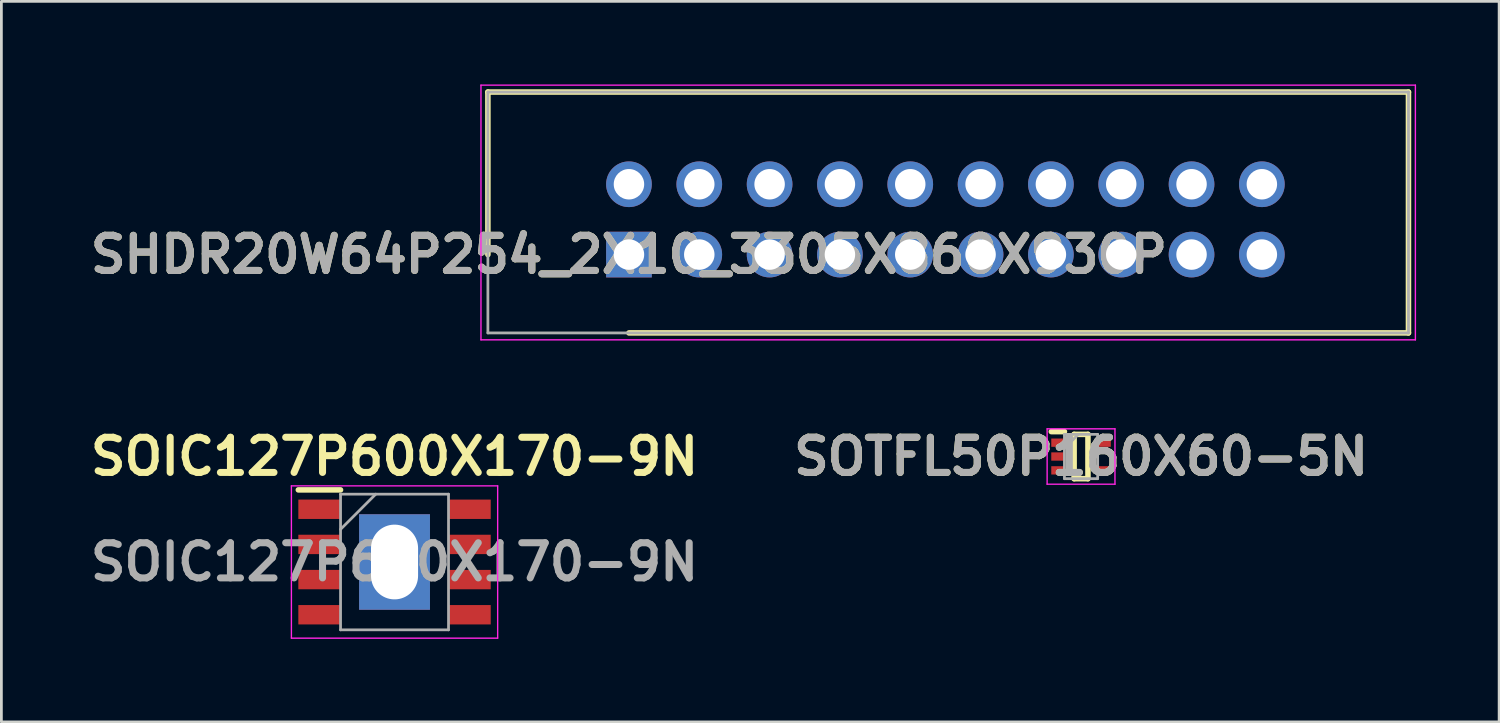
<source format=kicad_pcb>
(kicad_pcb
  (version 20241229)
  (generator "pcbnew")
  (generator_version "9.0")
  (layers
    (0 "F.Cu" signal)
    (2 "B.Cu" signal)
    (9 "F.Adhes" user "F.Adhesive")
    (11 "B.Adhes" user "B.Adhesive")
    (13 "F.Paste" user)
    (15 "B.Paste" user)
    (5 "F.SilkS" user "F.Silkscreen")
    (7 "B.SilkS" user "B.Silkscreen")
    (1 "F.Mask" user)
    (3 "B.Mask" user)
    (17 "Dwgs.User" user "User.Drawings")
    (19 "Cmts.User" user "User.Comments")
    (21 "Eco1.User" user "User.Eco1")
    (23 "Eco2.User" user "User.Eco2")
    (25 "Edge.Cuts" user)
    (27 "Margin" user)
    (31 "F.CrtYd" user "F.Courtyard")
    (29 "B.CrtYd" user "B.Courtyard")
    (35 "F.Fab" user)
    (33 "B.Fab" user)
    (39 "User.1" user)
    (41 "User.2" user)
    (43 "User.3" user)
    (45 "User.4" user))
  (footprint "SOIC127P600X170-9N"
    (layer "F.Cu")
    (at 11.2 17.249)
    (property "Reference" "SOIC127P600X170-9N" (at 0 -3.81 0) (layer "F.SilkS") (effects (font (size 1.27 1.27) (thickness 0.254))))
    (attr smd)
    (fp_line (start -3.475 -2.605) (end -1.95 -2.605) (stroke (width 0.2) (type solid)) (layer "F.SilkS"))
    (fp_line (start -3.725 -2.75) (end 3.725 -2.75) (stroke (width 0.05) (type solid)) (layer "F.CrtYd"))
    (fp_line (start -3.725 2.75) (end -3.725 -2.75) (stroke (width 0.05) (type solid)) (layer "F.CrtYd"))
    (fp_line (start 3.725 -2.75) (end 3.725 2.75) (stroke (width 0.05) (type solid)) (layer "F.CrtYd"))
    (fp_line (start 3.725 2.75) (end -3.725 2.75) (stroke (width 0.05) (type solid)) (layer "F.CrtYd"))
    (fp_line (start -1.95 -2.45) (end 1.95 -2.45) (stroke (width 0.1) (type solid)) (layer "F.Fab"))
    (fp_line (start -1.95 -1.18) (end -0.68 -2.45) (stroke (width 0.1) (type solid)) (layer "F.Fab"))
    (fp_line (start -1.95 2.45) (end -1.95 -2.45) (stroke (width 0.1) (type solid)) (layer "F.Fab"))
    (fp_line (start 1.95 -2.45) (end 1.95 2.45) (stroke (width 0.1) (type solid)) (layer "F.Fab"))
    (fp_line (start 1.95 2.45) (end -1.95 2.45) (stroke (width 0.1) (type solid)) (layer "F.Fab"))
    (fp_text user "${REFERENCE}" (at 0 0 0) (layer "F.Fab") (effects (font (size 1.27 1.27) (thickness 0.254))))
    (pad "1" smd rect (at -2.712 -1.905 90) (size 0.7 1.525) (layers "F.Cu" "F.Mask" "F.Paste"))
    (pad "2" smd rect (at -2.712 -0.635 90) (size 0.7 1.525) (layers "F.Cu" "F.Mask" "F.Paste"))
    (pad "3" smd rect (at -2.712 0.635 90) (size 0.7 1.525) (layers "F.Cu" "F.Mask" "F.Paste"))
    (pad "4" smd rect (at -2.712 1.905 90) (size 0.7 1.525) (layers "F.Cu" "F.Mask" "F.Paste"))
    (pad "5" smd rect (at 2.712 1.905 90) (size 0.7 1.525) (layers "F.Cu" "F.Mask" "F.Paste"))
    (pad "6" smd rect (at 2.712 0.635 90) (size 0.7 1.525) (layers "F.Cu" "F.Mask" "F.Paste"))
    (pad "7" smd rect (at 2.712 -0.635 90) (size 0.7 1.525) (layers "F.Cu" "F.Mask" "F.Paste"))
    (pad "8" smd rect (at 2.712 -1.905 90) (size 0.7 1.525) (layers "F.Cu" "F.Mask" "F.Paste"))
    (pad "9" thru_hole rect (at 0 0) (size 2.56 3.45) (drill oval 1.7 2.7) (layers "*.Cu" "*.Mask")))
  (footprint "SHDR20W64P254_2X10_3305X860X930P"
    (layer "F.Cu")
    (at 19.667 6.145)
    (property "Reference" "SHDR20W64P254_2X10_3305X860X930P" (at 0 0 0) (layer "F.SilkS") (effects (font (size 1.27 1.27) (thickness 0.254))))
    (attr through_hole)
    (fp_line (start -5.095 -5.87) (end -5.095 0) (stroke (width 0.2) (type solid)) (layer "F.SilkS"))
    (fp_line (start 0 2.83) (end 28.155 2.83) (stroke (width 0.2) (type solid)) (layer "F.SilkS"))
    (fp_line (start 28.155 -5.87) (end -5.095 -5.87) (stroke (width 0.2) (type solid)) (layer "F.SilkS"))
    (fp_line (start 28.155 2.83) (end 28.155 -5.87) (stroke (width 0.2) (type solid)) (layer "F.SilkS"))
    (fp_line (start -5.345 -6.12) (end 28.405 -6.12) (stroke (width 0.05) (type solid)) (layer "F.CrtYd"))
    (fp_line (start -5.345 3.08) (end -5.345 -6.12) (stroke (width 0.05) (type solid)) (layer "F.CrtYd"))
    (fp_line (start 28.405 -6.12) (end 28.405 3.08) (stroke (width 0.05) (type solid)) (layer "F.CrtYd"))
    (fp_line (start 28.405 3.08) (end -5.345 3.08) (stroke (width 0.05) (type solid)) (layer "F.CrtYd"))
    (fp_line (start -5.095 -5.87) (end 28.155 -5.87) (stroke (width 0.1) (type solid)) (layer "F.Fab"))
    (fp_line (start -5.095 2.83) (end -5.095 -5.87) (stroke (width 0.1) (type solid)) (layer "F.Fab"))
    (fp_line (start 28.155 -5.87) (end 28.155 2.83) (stroke (width 0.1) (type solid)) (layer "F.Fab"))
    (fp_line (start 28.155 2.83) (end -5.095 2.83) (stroke (width 0.1) (type solid)) (layer "F.Fab"))
    (fp_text user "${REFERENCE}" (at 0 0 0) (layer "F.Fab") (effects (font (size 1.27 1.27) (thickness 0.254))))
    (pad "1" thru_hole rect (at 0 0) (size 1.65 1.65) (drill 1.1) (layers "*.Cu" "*.Mask"))
    (pad "2" thru_hole circle (at 0 -2.54) (size 1.65 1.65) (drill 1.1) (layers "*.Cu" "*.Mask"))
    (pad "3" thru_hole circle (at 2.54 0) (size 1.65 1.65) (drill 1.1) (layers "*.Cu" "*.Mask"))
    (pad "4" thru_hole circle (at 2.54 -2.54) (size 1.65 1.65) (drill 1.1) (layers "*.Cu" "*.Mask"))
    (pad "5" thru_hole circle (at 5.08 0) (size 1.65 1.65) (drill 1.1) (layers "*.Cu" "*.Mask"))
    (pad "6" thru_hole circle (at 5.08 -2.54) (size 1.65 1.65) (drill 1.1) (layers "*.Cu" "*.Mask"))
    (pad "7" thru_hole circle (at 7.62 0) (size 1.65 1.65) (drill 1.1) (layers "*.Cu" "*.Mask"))
    (pad "8" thru_hole circle (at 7.62 -2.54) (size 1.65 1.65) (drill 1.1) (layers "*.Cu" "*.Mask"))
    (pad "9" thru_hole circle (at 10.16 0) (size 1.65 1.65) (drill 1.1) (layers "*.Cu" "*.Mask"))
    (pad "10" thru_hole circle (at 10.16 -2.54) (size 1.65 1.65) (drill 1.1) (layers "*.Cu" "*.Mask"))
    (pad "11" thru_hole circle (at 12.7 0) (size 1.65 1.65) (drill 1.1) (layers "*.Cu" "*.Mask"))
    (pad "12" thru_hole circle (at 12.7 -2.54) (size 1.65 1.65) (drill 1.1) (layers "*.Cu" "*.Mask"))
    (pad "13" thru_hole circle (at 15.24 0) (size 1.65 1.65) (drill 1.1) (layers "*.Cu" "*.Mask"))
    (pad "14" thru_hole circle (at 15.24 -2.54) (size 1.65 1.65) (drill 1.1) (layers "*.Cu" "*.Mask"))
    (pad "15" thru_hole circle (at 17.78 0) (size 1.65 1.65) (drill 1.1) (layers "*.Cu" "*.Mask"))
    (pad "16" thru_hole circle (at 17.78 -2.54) (size 1.65 1.65) (drill 1.1) (layers "*.Cu" "*.Mask"))
    (pad "17" thru_hole circle (at 20.32 0) (size 1.65 1.65) (drill 1.1) (layers "*.Cu" "*.Mask"))
    (pad "18" thru_hole circle (at 20.32 -2.54) (size 1.65 1.65) (drill 1.1) (layers "*.Cu" "*.Mask"))
    (pad "19" thru_hole circle (at 22.86 0) (size 1.65 1.65) (drill 1.1) (layers "*.Cu" "*.Mask"))
    (pad "20" thru_hole circle (at 22.86 -2.54) (size 1.65 1.65) (drill 1.1) (layers "*.Cu" "*.Mask")))
  (footprint "SOTFL50P160X60-5N"
    (layer "F.Cu")
    (at 35.996 13.439)
    (property "Reference" "SOTFL50P160X60-5N" (at 0 0 0) (layer "F.SilkS") (effects (font (size 1.27 1.27) (thickness 0.254))))
    (attr smd)
    (fp_line (start -1.075 -0.9) (end -0.6 -0.9) (stroke (width 0.2) (type solid)) (layer "F.SilkS"))
    (fp_line (start -0.25 -0.8) (end 0.25 -0.8) (stroke (width 0.2) (type solid)) (layer "F.SilkS"))
    (fp_line (start -0.25 0.8) (end -0.25 -0.8) (stroke (width 0.2) (type solid)) (layer "F.SilkS"))
    (fp_line (start 0.25 -0.8) (end 0.25 0.8) (stroke (width 0.2) (type solid)) (layer "F.SilkS"))
    (fp_line (start 0.25 0.8) (end -0.25 0.8) (stroke (width 0.2) (type solid)) (layer "F.SilkS"))
    (fp_line (start -1.225 -1) (end 1.225 -1) (stroke (width 0.05) (type solid)) (layer "F.CrtYd"))
    (fp_line (start -1.225 1) (end -1.225 -1) (stroke (width 0.05) (type solid)) (layer "F.CrtYd"))
    (fp_line (start 1.225 -1) (end 1.225 1) (stroke (width 0.05) (type solid)) (layer "F.CrtYd"))
    (fp_line (start 1.225 1) (end -1.225 1) (stroke (width 0.05) (type solid)) (layer "F.CrtYd"))
    (fp_line (start -0.6 -0.8) (end 0.6 -0.8) (stroke (width 0.1) (type solid)) (layer "F.Fab"))
    (fp_line (start -0.6 -0.3) (end -0.1 -0.8) (stroke (width 0.1) (type solid)) (layer "F.Fab"))
    (fp_line (start -0.6 0.8) (end -0.6 -0.8) (stroke (width 0.1) (type solid)) (layer "F.Fab"))
    (fp_line (start 0.6 -0.8) (end 0.6 0.8) (stroke (width 0.1) (type solid)) (layer "F.Fab"))
    (fp_line (start 0.6 0.8) (end -0.6 0.8) (stroke (width 0.1) (type solid)) (layer "F.Fab"))
    (fp_text user "${REFERENCE}" (at 0 0 0) (layer "F.Fab") (effects (font (size 1.27 1.27) (thickness 0.254))))
    (pad "1" smd rect (at -0.838 -0.5 90) (size 0.3 0.475) (layers "F.Cu" "F.Mask" "F.Paste"))
    (pad "2" smd rect (at -0.838 0 90) (size 0.3 0.475) (layers "F.Cu" "F.Mask" "F.Paste"))
    (pad "3" smd rect (at -0.838 0.5 90) (size 0.3 0.475) (layers "F.Cu" "F.Mask" "F.Paste"))
    (pad "4" smd rect (at 0.838 0.5 90) (size 0.3 0.475) (layers "F.Cu" "F.Mask" "F.Paste"))
    (pad "5" smd rect (at 0.838 -0.5 90) (size 0.3 0.475) (layers "F.Cu" "F.Mask" "F.Paste")))
  (gr_rect
    (start -3 -3)
    (end 51.097 23.024)
    (stroke (width 0.1) (type default))
    (fill no)
    (layer "Edge.Cuts")))
</source>
